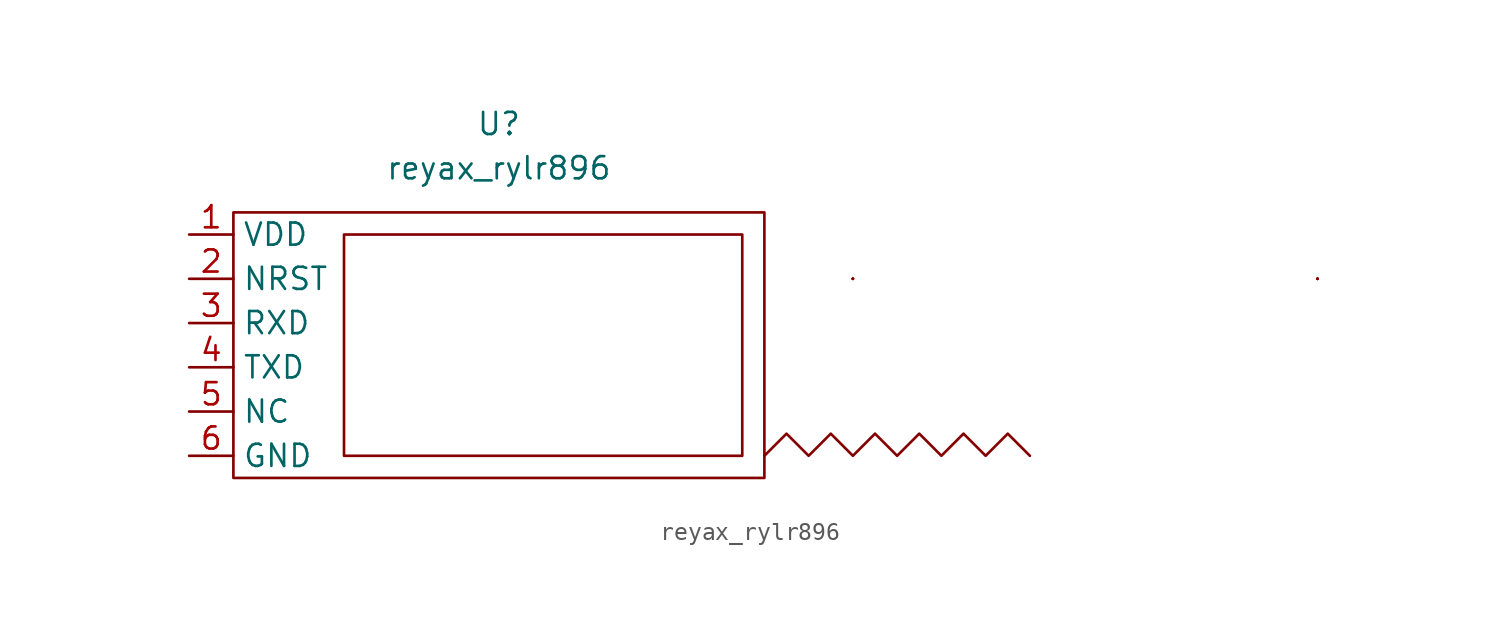
<source format=kicad_sym>
(kicad_symbol_lib
  (version 20211014)
  (generator kicad_symbol_editor)
  (symbol "reyax_rylr896"
    (property "Reference" "U"
      (at 0 12.7 0)
      (effects (font (size 1.27 1.27))))
    (property "Value" "reyax_rylr896"
      (at 0 10.16 0)
      (effects (font (size 1.27 1.27))))
    (symbol "reyax_rylr896_0_0"
      (rectangle (start 20.32 3.81) (end 20.32 3.81) (stroke (width 0) (type default) (color 0 0 0 0)) (fill (type none)))
      (rectangle (start 20.32 3.81) (end 20.32 3.81) (stroke (width 0) (type default) (color 0 0 0 0)) (fill (type none)))
      (rectangle (start 20.32 3.81) (end 20.32 3.81) (stroke (width 0) (type default) (color 0 0 0 0)) (fill (type none)))
      (rectangle (start 20.32 3.81) (end 20.32 3.81) (stroke (width 0) (type default) (color 0 0 0 0)) (fill (type none)))
      (rectangle (start 20.32 3.81) (end 20.32 3.81) (stroke (width 0) (type default) (color 0 0 0 0)) (fill (type none))))
    (symbol "reyax_rylr896_0_1"
      (rectangle (start -15.24 7.62) (end 15.24 -7.62) (stroke (width 0) (type default) (color 0 0 0 0)) (fill (type none)))
      (rectangle (start -8.89 6.35) (end 13.97 -6.35) (stroke (width 0) (type default) (color 0 0 0 0)) (fill (type none)))
      (polyline (pts (xy 15.24 -6.35) (xy 16.51 -5.08) (xy 17.78 -6.35) (xy 19.05 -5.08) (xy 20.32 -6.35) (xy 21.59 -5.08) (xy 22.86 -6.35) (xy 24.13 -5.08) (xy 25.4 -6.35) (xy 26.67 -5.08) (xy 27.94 -6.35) (xy 29.21 -5.08) (xy 30.48 -6.35)) (stroke (width 0) (type default) (color 0 0 0 0)) (fill (type none)))
      (rectangle (start 46.99 3.81) (end 46.99 3.81) (stroke (width 0) (type default) (color 0 0 0 0)) (fill (type none)))
      (rectangle (start 46.99 3.81) (end 46.99 3.81) (stroke (width 0) (type default) (color 0 0 0 0)) (fill (type none)))
      (rectangle (start 46.99 3.81) (end 46.99 3.81) (stroke (width 0) (type default) (color 0 0 0 0)) (fill (type none)))
      (rectangle (start 46.99 3.81) (end 46.99 3.81) (stroke (width 0) (type default) (color 0 0 0 0)) (fill (type none)))
      (rectangle (start 46.99 3.81) (end 46.99 3.81) (stroke (width 0) (type default) (color 0 0 0 0)) (fill (type none))))
    (symbol "reyax_rylr896_1_1"
      (pin input line (at -17.78 6.35 0) (length 2.54) (name "VDD" (effects (font (size 1.27 1.27)))) (number "1" (effects (font (size 1.27 1.27)))))
      (pin input line (at -17.78 3.81 0) (length 2.54) (name "NRST" (effects (font (size 1.27 1.27)))) (number "2" (effects (font (size 1.27 1.27)))))
      (pin input line (at -17.78 1.27 0) (length 2.54) (name "RXD" (effects (font (size 1.27 1.27)))) (number "3" (effects (font (size 1.27 1.27)))))
      (pin output line (at -17.78 -1.27 0) (length 2.54) (name "TXD" (effects (font (size 1.27 1.27)))) (number "4" (effects (font (size 1.27 1.27)))))
      (pin passive line (at -17.78 -3.81 0) (length 2.54) (name "NC" (effects (font (size 1.27 1.27)))) (number "5" (effects (font (size 1.27 1.27)))))
      (pin passive line (at -17.78 -6.35 0) (length 2.54) (name "GND" (effects (font (size 1.27 1.27)))) (number "6" (effects (font (size 1.27 1.27))))))))
</source>
